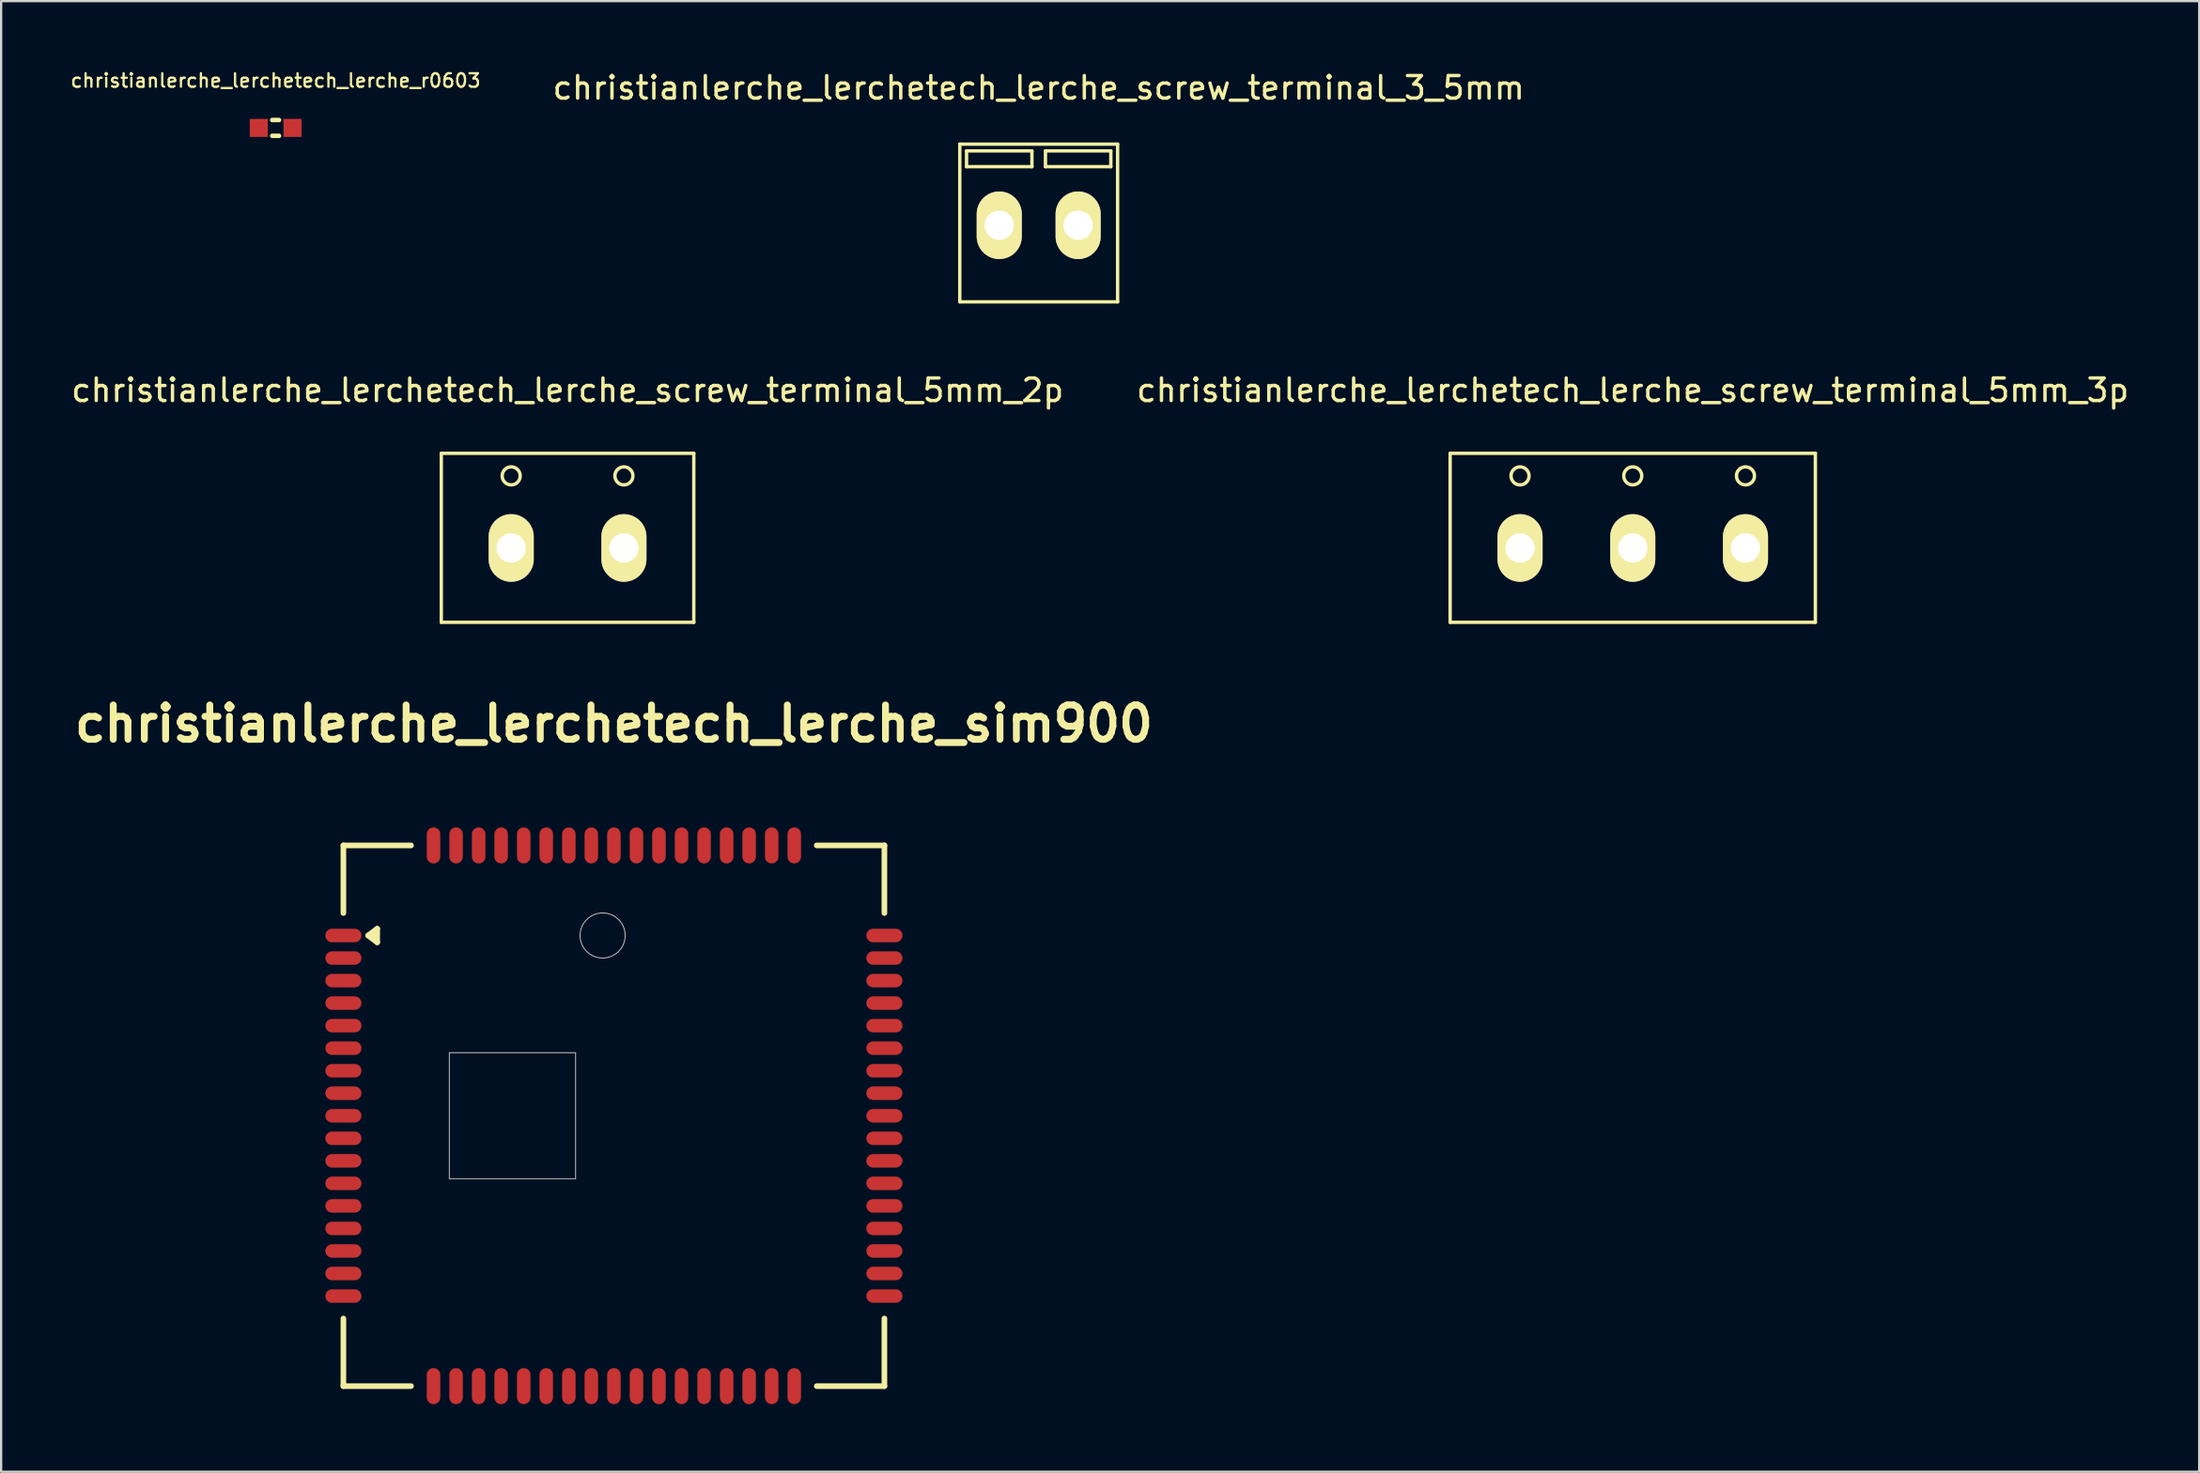
<source format=kicad_pcb>
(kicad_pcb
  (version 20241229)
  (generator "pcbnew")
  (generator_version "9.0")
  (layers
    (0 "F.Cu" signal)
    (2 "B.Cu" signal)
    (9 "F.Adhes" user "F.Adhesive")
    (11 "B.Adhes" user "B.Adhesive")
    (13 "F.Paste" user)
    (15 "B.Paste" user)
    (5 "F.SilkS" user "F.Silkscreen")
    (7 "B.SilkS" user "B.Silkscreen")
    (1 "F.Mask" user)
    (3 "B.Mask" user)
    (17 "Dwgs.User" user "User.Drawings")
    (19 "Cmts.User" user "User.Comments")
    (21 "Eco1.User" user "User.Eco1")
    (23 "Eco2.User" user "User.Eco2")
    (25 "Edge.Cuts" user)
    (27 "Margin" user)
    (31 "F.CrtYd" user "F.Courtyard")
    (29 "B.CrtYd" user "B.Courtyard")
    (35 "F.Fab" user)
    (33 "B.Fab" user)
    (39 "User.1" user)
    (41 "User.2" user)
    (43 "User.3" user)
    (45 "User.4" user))
  (footprint "christianlerche_lerchetech_lerche_r0603"
    (layer "F.Cu")
    (at 9.176 2.627)
    (property "Reference" "christianlerche_lerchetech_lerche_r0603" (at 0 -2.1 0) (layer "F.SilkS") (effects (font (size 0.6 0.6) (thickness 0.1))))
    (attr through_hole)
    (fp_line (start -0.15 -0.351) (end 0.15 -0.351) (stroke (width 0.201) (type solid)) (layer "F.SilkS"))
    (fp_line (start -0.15 0.351) (end 0.15 0.351) (stroke (width 0.201) (type solid)) (layer "F.SilkS"))
    (pad "1" smd rect (at -0.749 0 270) (size 0.8 0.8) (layers "F.Cu" "F.Mask" "F.Paste"))
    (pad "2" smd rect (at 0.749 0 270) (size 0.8 0.8) (layers "F.Cu" "F.Mask" "F.Paste")))
  (footprint "christianlerche_lerchetech_lerche_screw_terminal_5mm_3p"
    (layer "F.Cu")
    (at 69.375 21.271)
    (property "Reference" "christianlerche_lerchetech_lerche_screw_terminal_5mm_3p" (at 0 -7 0) (layer "F.SilkS") (effects (font (size 1 1) (thickness 0.15))))
    (attr through_hole)
    (fp_line (start -8.1 -4.2) (end 8.1 -4.2) (stroke (width 0.15) (type solid)) (layer "F.SilkS"))
    (fp_line (start -8.1 3.3) (end -8.1 -4.2) (stroke (width 0.15) (type solid)) (layer "F.SilkS"))
    (fp_line (start 8.1 -4.2) (end 8.1 3.3) (stroke (width 0.15) (type solid)) (layer "F.SilkS"))
    (fp_line (start 8.1 3.3) (end -8.1 3.3) (stroke (width 0.15) (type solid)) (layer "F.SilkS"))
    (fp_circle (center -5 -3.2) (end -5 -2.8) (stroke (width 0.15) (type solid)) (fill no) (layer "F.SilkS"))
    (fp_circle (center 0 -3.2) (end 0 -2.8) (stroke (width 0.15) (type solid)) (fill no) (layer "F.SilkS"))
    (fp_circle (center 5 -3.2) (end 5 -2.8) (stroke (width 0.15) (type solid)) (fill no) (layer "F.SilkS"))
    (pad "1" thru_hole oval (at -5 0) (size 2 3) (drill 1.3) (layers "*.Cu" "*.Mask" "F.SilkS"))
    (pad "2" thru_hole oval (at 0 0) (size 2 3) (drill 1.3) (layers "*.Cu" "*.Mask" "F.SilkS"))
    (pad "3" thru_hole oval (at 5 0) (size 2 3) (drill 1.3) (layers "*.Cu" "*.Mask" "F.SilkS")))
  (footprint "christianlerche_lerchetech_lerche_screw_terminal_3_5mm"
    (layer "F.Cu")
    (at 43.024 6.948)
    (property "Reference" "christianlerche_lerchetech_lerche_screw_terminal_3_5mm" (at 0 -6.1 0) (layer "F.SilkS") (effects (font (size 1 1) (thickness 0.15))))
    (attr through_hole)
    (fp_line (start -3.5 -3.6) (end -3.5 3.4) (stroke (width 0.15) (type solid)) (layer "F.SilkS"))
    (fp_line (start -3.5 3.4) (end 3.5 3.4) (stroke (width 0.15) (type solid)) (layer "F.SilkS"))
    (fp_line (start -3.2 -3.3) (end -0.3 -3.3) (stroke (width 0.15) (type solid)) (layer "F.SilkS"))
    (fp_line (start -3.2 -2.6) (end -3.2 -3.3) (stroke (width 0.15) (type solid)) (layer "F.SilkS"))
    (fp_line (start -0.3 -3.3) (end -0.3 -2.6) (stroke (width 0.15) (type solid)) (layer "F.SilkS"))
    (fp_line (start -0.3 -2.6) (end -3.2 -2.6) (stroke (width 0.15) (type solid)) (layer "F.SilkS"))
    (fp_line (start 0.3 -3.3) (end 0.3 -2.6) (stroke (width 0.15) (type solid)) (layer "F.SilkS"))
    (fp_line (start 0.3 -2.6) (end 3.2 -2.6) (stroke (width 0.15) (type solid)) (layer "F.SilkS"))
    (fp_line (start 3.2 -3.3) (end 0.3 -3.3) (stroke (width 0.15) (type solid)) (layer "F.SilkS"))
    (fp_line (start 3.2 -2.6) (end 3.2 -3.3) (stroke (width 0.15) (type solid)) (layer "F.SilkS"))
    (fp_line (start 3.5 -3.6) (end -3.5 -3.6) (stroke (width 0.15) (type solid)) (layer "F.SilkS"))
    (fp_line (start 3.5 3.4) (end 3.5 -3.6) (stroke (width 0.15) (type solid)) (layer "F.SilkS"))
    (pad "1" thru_hole oval (at -1.75 0) (size 2 3) (drill 1.3) (layers "*.Cu" "*.Mask" "F.SilkS"))
    (pad "2" thru_hole oval (at 1.75 0) (size 2 3) (drill 1.3) (layers "*.Cu" "*.Mask" "F.SilkS")))
  (footprint "christianlerche_lerchetech_lerche_sim900"
    (layer "F.Cu")
    (at 24.181 46.472)
    (property "Reference" "christianlerche_lerchetech_lerche_sim900" (at 0 -17.399 0) (layer "F.SilkS") (effects (font (size 1.524 1.524) (thickness 0.305))))
    (attr through_hole)
    (fp_line (start -11.999 -11.999) (end -11.999 -8.999) (stroke (width 0.249) (type solid)) (layer "F.SilkS"))
    (fp_line (start -11.999 8.999) (end -11.999 11.999) (stroke (width 0.249) (type solid)) (layer "F.SilkS"))
    (fp_line (start -11.999 11.999) (end -8.999 11.999) (stroke (width 0.249) (type solid)) (layer "F.SilkS"))
    (fp_line (start -10.899 -8.001) (end -10.5 -8.301) (stroke (width 0.249) (type solid)) (layer "F.SilkS"))
    (fp_line (start -10.701 -8.001) (end -10.599 -8.001) (stroke (width 0.249) (type solid)) (layer "F.SilkS"))
    (fp_line (start -10.5 -8.301) (end -10.5 -7.699) (stroke (width 0.249) (type solid)) (layer "F.SilkS"))
    (fp_line (start -10.5 -7.699) (end -10.899 -8.001) (stroke (width 0.249) (type solid)) (layer "F.SilkS"))
    (fp_line (start -8.999 -11.999) (end -11.999 -11.999) (stroke (width 0.249) (type solid)) (layer "F.SilkS"))
    (fp_line (start 8.999 -11.999) (end 11.999 -11.999) (stroke (width 0.249) (type solid)) (layer "F.SilkS"))
    (fp_line (start 8.999 11.999) (end 11.999 11.999) (stroke (width 0.249) (type solid)) (layer "F.SilkS"))
    (fp_line (start 11.999 -11.999) (end 11.999 -8.999) (stroke (width 0.249) (type solid)) (layer "F.SilkS"))
    (fp_line (start 11.999 11.999) (end 11.999 8.999) (stroke (width 0.249) (type solid)) (layer "F.SilkS"))
    (fp_line (start -7.3 -2.799) (end -7.3 2.799) (stroke (width 0.041) (type solid)) (layer "Dwgs.User"))
    (fp_line (start -7.3 2.799) (end -1.699 2.799) (stroke (width 0.041) (type solid)) (layer "Dwgs.User"))
    (fp_line (start -1.699 -2.799) (end -7.3 -2.799) (stroke (width 0.041) (type solid)) (layer "Dwgs.User"))
    (fp_line (start -1.699 2.799) (end -1.699 -2.799) (stroke (width 0.041) (type solid)) (layer "Dwgs.User"))
    (fp_circle (center -0.5 -8.001) (end 0.5 -8.001) (stroke (width 0.041) (type solid)) (fill no) (layer "Dwgs.User"))
    (pad "1" smd oval (at -11.999 -8.001) (size 1.6 0.599) (layers "F.Cu" "F.Mask" "F.Paste"))
    (pad "2" smd oval (at -11.999 -7) (size 1.6 0.599) (layers "F.Cu" "F.Mask" "F.Paste"))
    (pad "3" smd oval (at -11.999 -5.999) (size 1.6 0.599) (layers "F.Cu" "F.Mask" "F.Paste"))
    (pad "4" smd oval (at -11.999 -5.001) (size 1.6 0.599) (layers "F.Cu" "F.Mask" "F.Paste"))
    (pad "5" smd oval (at -11.999 -4) (size 1.6 0.599) (layers "F.Cu" "F.Mask" "F.Paste"))
    (pad "6" smd oval (at -11.999 -3) (size 1.6 0.599) (layers "F.Cu" "F.Mask" "F.Paste"))
    (pad "7" smd oval (at -11.999 -1.999) (size 1.6 0.599) (layers "F.Cu" "F.Mask" "F.Paste"))
    (pad "8" smd oval (at -11.999 -1.001) (size 1.6 0.599) (layers "F.Cu" "F.Mask" "F.Paste"))
    (pad "9" smd oval (at -11.999 0) (size 1.6 0.599) (layers "F.Cu" "F.Mask" "F.Paste"))
    (pad "10" smd oval (at -11.999 1.001) (size 1.6 0.599) (layers "F.Cu" "F.Mask" "F.Paste"))
    (pad "11" smd oval (at -11.999 1.999) (size 1.6 0.599) (layers "F.Cu" "F.Mask" "F.Paste"))
    (pad "12" smd oval (at -11.999 3) (size 1.6 0.599) (layers "F.Cu" "F.Mask" "F.Paste"))
    (pad "13" smd oval (at -11.999 4) (size 1.6 0.599) (layers "F.Cu" "F.Mask" "F.Paste"))
    (pad "14" smd oval (at -11.999 5.001) (size 1.6 0.599) (layers "F.Cu" "F.Mask" "F.Paste"))
    (pad "15" smd oval (at -11.999 5.999) (size 1.6 0.599) (layers "F.Cu" "F.Mask" "F.Paste"))
    (pad "16" smd oval (at -11.999 7) (size 1.6 0.599) (layers "F.Cu" "F.Mask" "F.Paste"))
    (pad "17" smd oval (at -11.999 8.001) (size 1.6 0.599) (layers "F.Cu" "F.Mask" "F.Paste"))
    (pad "18" smd oval (at -8.001 11.999 90) (size 1.6 0.599) (layers "F.Cu" "F.Mask" "F.Paste"))
    (pad "19" smd oval (at -7 11.999 90) (size 1.6 0.599) (layers "F.Cu" "F.Mask" "F.Paste"))
    (pad "20" smd oval (at -5.999 11.999 90) (size 1.6 0.599) (layers "F.Cu" "F.Mask" "F.Paste"))
    (pad "21" smd oval (at -5.001 11.999 90) (size 1.6 0.599) (layers "F.Cu" "F.Mask" "F.Paste"))
    (pad "22" smd oval (at -4 11.999 90) (size 1.6 0.599) (layers "F.Cu" "F.Mask" "F.Paste"))
    (pad "23" smd oval (at -3 11.999 90) (size 1.6 0.599) (layers "F.Cu" "F.Mask" "F.Paste"))
    (pad "24" smd oval (at -1.999 11.999 90) (size 1.6 0.599) (layers "F.Cu" "F.Mask" "F.Paste"))
    (pad "25" smd oval (at -1.001 11.999 90) (size 1.6 0.599) (layers "F.Cu" "F.Mask" "F.Paste"))
    (pad "26" smd oval (at 0 11.999 90) (size 1.6 0.599) (layers "F.Cu" "F.Mask" "F.Paste"))
    (pad "27" smd oval (at 1.001 11.999 90) (size 1.6 0.599) (layers "F.Cu" "F.Mask" "F.Paste"))
    (pad "28" smd oval (at 1.999 11.999 90) (size 1.6 0.599) (layers "F.Cu" "F.Mask" "F.Paste"))
    (pad "29" smd oval (at 3 11.999 90) (size 1.6 0.599) (layers "F.Cu" "F.Mask" "F.Paste"))
    (pad "30" smd oval (at 4 11.999 90) (size 1.6 0.599) (layers "F.Cu" "F.Mask" "F.Paste"))
    (pad "31" smd oval (at 5.001 11.999 90) (size 1.6 0.599) (layers "F.Cu" "F.Mask" "F.Paste"))
    (pad "32" smd oval (at 5.999 11.999 90) (size 1.6 0.599) (layers "F.Cu" "F.Mask" "F.Paste"))
    (pad "33" smd oval (at 7 11.999 90) (size 1.6 0.599) (layers "F.Cu" "F.Mask" "F.Paste"))
    (pad "34" smd oval (at 8.001 11.999 90) (size 1.6 0.599) (layers "F.Cu" "F.Mask" "F.Paste"))
    (pad "35" smd oval (at 11.999 8.001) (size 1.6 0.599) (layers "F.Cu" "F.Mask" "F.Paste"))
    (pad "36" smd oval (at 11.999 7) (size 1.6 0.599) (layers "F.Cu" "F.Mask" "F.Paste"))
    (pad "37" smd oval (at 11.999 5.999) (size 1.6 0.599) (layers "F.Cu" "F.Mask" "F.Paste"))
    (pad "38" smd oval (at 11.999 5.001) (size 1.6 0.599) (layers "F.Cu" "F.Mask" "F.Paste"))
    (pad "39" smd oval (at 11.999 4) (size 1.6 0.599) (layers "F.Cu" "F.Mask" "F.Paste"))
    (pad "40" smd oval (at 11.999 3) (size 1.6 0.599) (layers "F.Cu" "F.Mask" "F.Paste"))
    (pad "41" smd oval (at 11.999 1.999) (size 1.6 0.599) (layers "F.Cu" "F.Mask" "F.Paste"))
    (pad "42" smd oval (at 11.999 1.001) (size 1.6 0.599) (layers "F.Cu" "F.Mask" "F.Paste"))
    (pad "43" smd oval (at 11.999 0) (size 1.6 0.599) (layers "F.Cu" "F.Mask" "F.Paste"))
    (pad "44" smd oval (at 11.999 -1.001) (size 1.6 0.599) (layers "F.Cu" "F.Mask" "F.Paste"))
    (pad "45" smd oval (at 11.999 -1.999) (size 1.6 0.599) (layers "F.Cu" "F.Mask" "F.Paste"))
    (pad "46" smd oval (at 11.999 -3) (size 1.6 0.599) (layers "F.Cu" "F.Mask" "F.Paste"))
    (pad "47" smd oval (at 11.999 -4) (size 1.6 0.599) (layers "F.Cu" "F.Mask" "F.Paste"))
    (pad "48" smd oval (at 11.999 -5.001) (size 1.6 0.599) (layers "F.Cu" "F.Mask" "F.Paste"))
    (pad "49" smd oval (at 11.999 -5.999) (size 1.6 0.599) (layers "F.Cu" "F.Mask" "F.Paste"))
    (pad "50" smd oval (at 11.999 -7) (size 1.6 0.599) (layers "F.Cu" "F.Mask" "F.Paste"))
    (pad "51" smd oval (at 11.999 -8.001) (size 1.6 0.599) (layers "F.Cu" "F.Mask" "F.Paste"))
    (pad "52" smd oval (at 8.001 -11.999 90) (size 1.6 0.599) (layers "F.Cu" "F.Mask" "F.Paste"))
    (pad "53" smd oval (at 7 -11.999 90) (size 1.6 0.599) (layers "F.Cu" "F.Mask" "F.Paste"))
    (pad "54" smd oval (at 5.999 -11.999 90) (size 1.6 0.599) (layers "F.Cu" "F.Mask" "F.Paste"))
    (pad "55" smd oval (at 5.001 -11.999 90) (size 1.6 0.599) (layers "F.Cu" "F.Mask" "F.Paste"))
    (pad "56" smd oval (at 4 -11.999 90) (size 1.6 0.599) (layers "F.Cu" "F.Mask" "F.Paste"))
    (pad "57" smd oval (at 3 -11.999 90) (size 1.6 0.599) (layers "F.Cu" "F.Mask" "F.Paste"))
    (pad "58" smd oval (at 1.999 -11.999 90) (size 1.6 0.599) (layers "F.Cu" "F.Mask" "F.Paste"))
    (pad "59" smd oval (at 1.001 -11.999 90) (size 1.6 0.599) (layers "F.Cu" "F.Mask" "F.Paste"))
    (pad "60" smd oval (at 0 -11.999 90) (size 1.6 0.599) (layers "F.Cu" "F.Mask" "F.Paste"))
    (pad "61" smd oval (at -1.001 -11.999 90) (size 1.6 0.599) (layers "F.Cu" "F.Mask" "F.Paste"))
    (pad "62" smd oval (at -1.999 -11.999 90) (size 1.6 0.599) (layers "F.Cu" "F.Mask" "F.Paste"))
    (pad "63" smd oval (at -3 -11.999 90) (size 1.6 0.599) (layers "F.Cu" "F.Mask" "F.Paste"))
    (pad "64" smd oval (at -4 -11.999 90) (size 1.6 0.599) (layers "F.Cu" "F.Mask" "F.Paste"))
    (pad "65" smd oval (at -5.001 -11.999 90) (size 1.6 0.599) (layers "F.Cu" "F.Mask" "F.Paste"))
    (pad "66" smd oval (at -5.999 -11.999 90) (size 1.6 0.599) (layers "F.Cu" "F.Mask" "F.Paste"))
    (pad "67" smd oval (at -7 -11.999 90) (size 1.6 0.599) (layers "F.Cu" "F.Mask" "F.Paste"))
    (pad "68" smd oval (at -8.001 -11.999 90) (size 1.6 0.599) (layers "F.Cu" "F.Mask" "F.Paste")))
  (footprint "christianlerche_lerchetech_lerche_screw_terminal_5mm_2p"
    (layer "F.Cu")
    (at 22.125 21.271)
    (property "Reference" "christianlerche_lerchetech_lerche_screw_terminal_5mm_2p" (at 0 -7 0) (layer "F.SilkS") (effects (font (size 1 1) (thickness 0.15))))
    (attr through_hole)
    (fp_line (start -5.6 -4.2) (end 5.6 -4.2) (stroke (width 0.15) (type solid)) (layer "F.SilkS"))
    (fp_line (start -5.6 3.3) (end -5.6 -4.2) (stroke (width 0.15) (type solid)) (layer "F.SilkS"))
    (fp_line (start 5.6 -4.2) (end 5.6 3.3) (stroke (width 0.15) (type solid)) (layer "F.SilkS"))
    (fp_line (start 5.6 3.3) (end -5.6 3.3) (stroke (width 0.15) (type solid)) (layer "F.SilkS"))
    (fp_circle (center -2.5 -3.2) (end -2.5 -2.8) (stroke (width 0.15) (type solid)) (fill no) (layer "F.SilkS"))
    (fp_circle (center 2.5 -3.2) (end 2.5 -2.8) (stroke (width 0.15) (type solid)) (fill no) (layer "F.SilkS"))
    (pad "1" thru_hole oval (at -2.5 0) (size 2 3) (drill 1.3) (layers "*.Cu" "*.Mask" "F.SilkS"))
    (pad "2" thru_hole oval (at 2.5 0) (size 2 3) (drill 1.3) (layers "*.Cu" "*.Mask" "F.SilkS")))
  (gr_rect
    (start -3 -3)
    (end 94.5 62.271)
    (stroke (width 0.1) (type default))
    (fill no)
    (layer "Edge.Cuts")))
</source>
